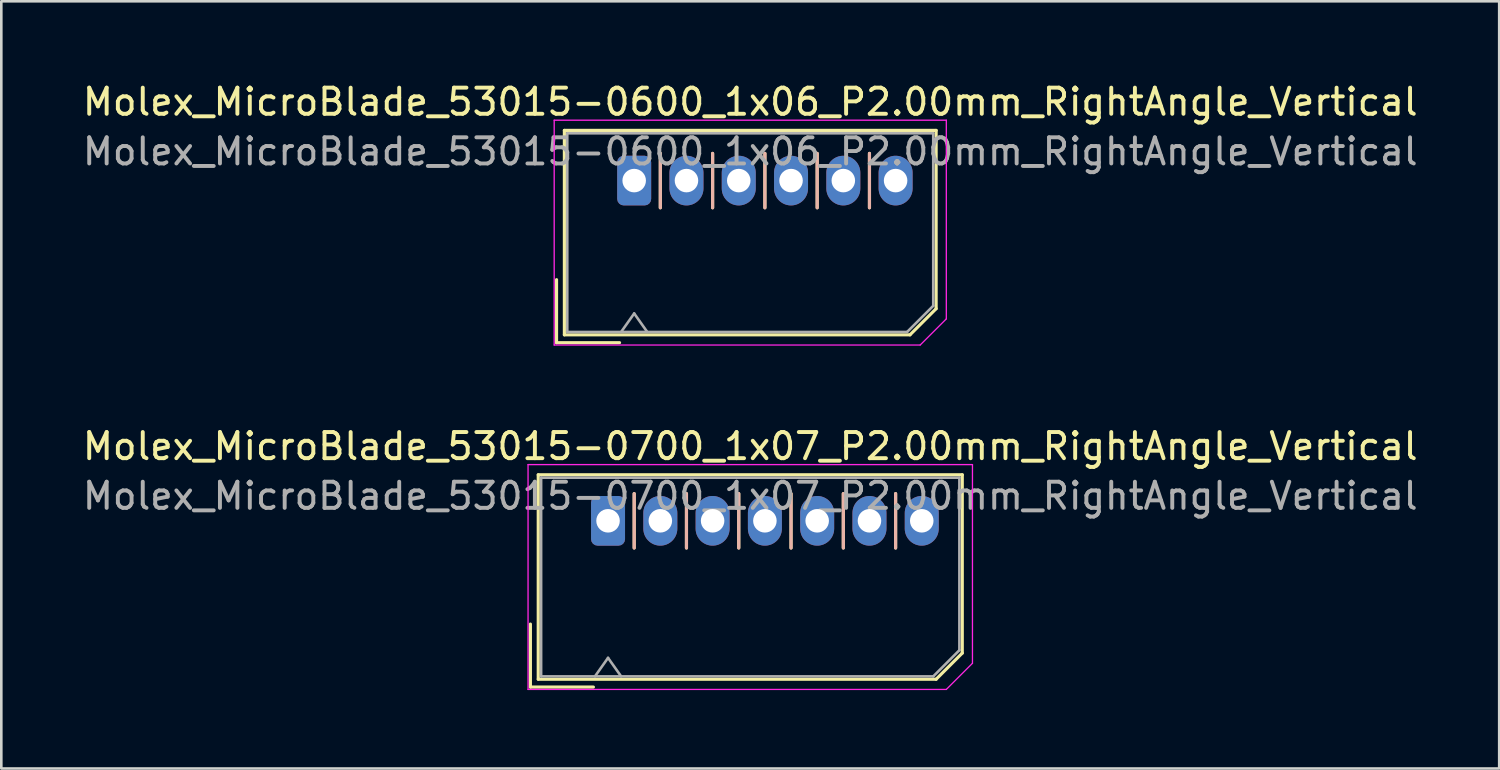
<source format=kicad_pcb>
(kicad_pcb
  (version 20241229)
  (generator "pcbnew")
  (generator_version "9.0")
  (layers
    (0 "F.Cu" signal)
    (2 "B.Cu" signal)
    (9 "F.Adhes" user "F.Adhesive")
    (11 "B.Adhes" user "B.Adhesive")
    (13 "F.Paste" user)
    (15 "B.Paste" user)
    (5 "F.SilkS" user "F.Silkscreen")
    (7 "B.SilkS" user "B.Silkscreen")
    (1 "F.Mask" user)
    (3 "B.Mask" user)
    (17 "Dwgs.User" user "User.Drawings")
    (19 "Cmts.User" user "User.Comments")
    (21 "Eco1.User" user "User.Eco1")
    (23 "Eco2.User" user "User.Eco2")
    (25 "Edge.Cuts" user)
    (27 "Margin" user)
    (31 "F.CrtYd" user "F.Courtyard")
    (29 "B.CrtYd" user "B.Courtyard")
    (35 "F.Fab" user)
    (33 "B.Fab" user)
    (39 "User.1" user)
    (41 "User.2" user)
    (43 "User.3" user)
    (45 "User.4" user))
  (footprint "Molex_MicroBlade_53015-0700_1x07_P2.00mm_RightAngle_Vertical"
    (layer "F.Cu")
    (at 20.209 16.872)
    (property "Reference" "Molex_MicroBlade_53015-0700_1x07_P2.00mm_RightAngle_Vertical" (at 5.44 -2.85 0) (layer "F.SilkS") (effects (font (size 1 1) (thickness 0.15))))
    (attr through_hole)
    (fp_line (start -2.97 3.95) (end -2.97 6.36) (stroke (width 0.12) (type solid)) (layer "F.SilkS"))
    (fp_line (start -2.97 6.36) (end -0.56 6.36) (stroke (width 0.12) (type solid)) (layer "F.SilkS"))
    (fp_line (start -2.67 -1.76) (end -2.67 6.06) (stroke (width 0.12) (type solid)) (layer "F.SilkS"))
    (fp_line (start -2.67 6.06) (end 12.55 6.06) (stroke (width 0.12) (type solid)) (layer "F.SilkS"))
    (fp_line (start 1 -1.04) (end 1 1.04) (stroke (width 0.12) (type default)) (layer "F.SilkS"))
    (fp_line (start 3 -1.04) (end 3 1.04) (stroke (width 0.12) (type default)) (layer "F.SilkS"))
    (fp_line (start 5 -1.04) (end 5 1.04) (stroke (width 0.12) (type default)) (layer "F.SilkS"))
    (fp_line (start 7 -1.04) (end 7 1.04) (stroke (width 0.12) (type default)) (layer "F.SilkS"))
    (fp_line (start 9 -1.04) (end 9 1.04) (stroke (width 0.12) (type default)) (layer "F.SilkS"))
    (fp_line (start 11 -1.04) (end 11 1.04) (stroke (width 0.12) (type default)) (layer "F.SilkS"))
    (fp_line (start 12.55 6.06) (end 13.55 5.06) (stroke (width 0.12) (type solid)) (layer "F.SilkS"))
    (fp_line (start 13.55 -1.76) (end -2.67 -1.76) (stroke (width 0.12) (type solid)) (layer "F.SilkS"))
    (fp_line (start 13.55 5.06) (end 13.55 -1.76) (stroke (width 0.12) (type solid)) (layer "F.SilkS"))
    (fp_line (start 1 -1.04) (end 1 1.04) (stroke (width 0.12) (type default)) (layer "B.SilkS"))
    (fp_line (start 3 -1.04) (end 3 1.04) (stroke (width 0.12) (type default)) (layer "B.SilkS"))
    (fp_line (start 5 -1.04) (end 5 1.04) (stroke (width 0.12) (type default)) (layer "B.SilkS"))
    (fp_line (start 7 -1.04) (end 7 1.04) (stroke (width 0.12) (type default)) (layer "B.SilkS"))
    (fp_line (start 9 -1.04) (end 9 1.04) (stroke (width 0.12) (type default)) (layer "B.SilkS"))
    (fp_line (start 11 -1.04) (end 11 1.04) (stroke (width 0.12) (type default)) (layer "B.SilkS"))
    (fp_line (start -3.06 -2.15) (end -3.06 6.45) (stroke (width 0.05) (type solid)) (layer "F.CrtYd"))
    (fp_line (start -3.06 6.45) (end 12.94 6.45) (stroke (width 0.05) (type solid)) (layer "F.CrtYd"))
    (fp_line (start 12.94 6.45) (end 13.94 5.45) (stroke (width 0.05) (type solid)) (layer "F.CrtYd"))
    (fp_line (start 13.94 -2.15) (end -3.06 -2.15) (stroke (width 0.05) (type solid)) (layer "F.CrtYd"))
    (fp_line (start 13.94 5.45) (end 13.94 -2.15) (stroke (width 0.05) (type solid)) (layer "F.CrtYd"))
    (fp_line (start -2.56 -1.65) (end -2.56 5.95) (stroke (width 0.1) (type solid)) (layer "F.Fab"))
    (fp_line (start -2.56 5.95) (end 12.44 5.95) (stroke (width 0.1) (type solid)) (layer "F.Fab"))
    (fp_line (start -0.5 5.95) (end 0 5.243) (stroke (width 0.1) (type solid)) (layer "F.Fab"))
    (fp_line (start 0 5.243) (end 0.5 5.95) (stroke (width 0.1) (type solid)) (layer "F.Fab"))
    (fp_line (start 12.44 5.95) (end 13.44 4.95) (stroke (width 0.1) (type solid)) (layer "F.Fab"))
    (fp_line (start 13.44 -1.65) (end -2.56 -1.65) (stroke (width 0.1) (type solid)) (layer "F.Fab"))
    (fp_line (start 13.44 4.95) (end 13.44 -1.65) (stroke (width 0.1) (type solid)) (layer "F.Fab"))
    (fp_text user "${REFERENCE}" (at 5.44 -0.95 0) (layer "F.Fab") (effects (font (size 1 1) (thickness 0.15))))
    (pad "1" thru_hole roundrect (at 0 0) (size 1.3 1.9) (drill 0.9) (layers "*.Cu" "*.Mask") (roundrect_rratio 0.192))
    (pad "2" thru_hole oval (at 2 0) (size 1.3 1.9) (drill 0.9) (layers "*.Cu" "*.Mask"))
    (pad "3" thru_hole oval (at 4 0) (size 1.3 1.9) (drill 0.9) (layers "*.Cu" "*.Mask"))
    (pad "4" thru_hole oval (at 6 0) (size 1.3 1.9) (drill 0.9) (layers "*.Cu" "*.Mask"))
    (pad "5" thru_hole oval (at 8 0) (size 1.3 1.9) (drill 0.9) (layers "*.Cu" "*.Mask"))
    (pad "6" thru_hole oval (at 10 0) (size 1.3 1.9) (drill 0.9) (layers "*.Cu" "*.Mask"))
    (pad "7" thru_hole oval (at 12 0) (size 1.3 1.9) (drill 0.9) (layers "*.Cu" "*.Mask")))
  (footprint "Molex_MicroBlade_53015-0600_1x06_P2.00mm_RightAngle_Vertical"
    (layer "F.Cu")
    (at 21.209 3.858)
    (property "Reference" "Molex_MicroBlade_53015-0600_1x06_P2.00mm_RightAngle_Vertical" (at 4.44 -3.01 0) (layer "F.SilkS") (effects (font (size 1 1) (thickness 0.15))))
    (attr through_hole)
    (fp_line (start -2.97 3.79) (end -2.97 6.2) (stroke (width 0.12) (type solid)) (layer "F.SilkS"))
    (fp_line (start -2.97 6.2) (end -0.56 6.2) (stroke (width 0.12) (type solid)) (layer "F.SilkS"))
    (fp_line (start -2.67 -1.92) (end -2.67 5.9) (stroke (width 0.12) (type solid)) (layer "F.SilkS"))
    (fp_line (start -2.67 5.9) (end 10.55 5.9) (stroke (width 0.12) (type solid)) (layer "F.SilkS"))
    (fp_line (start 1 -1.04) (end 1 1.04) (stroke (width 0.12) (type default)) (layer "F.SilkS"))
    (fp_line (start 3 -1.04) (end 3 1.04) (stroke (width 0.12) (type default)) (layer "F.SilkS"))
    (fp_line (start 5 -1.04) (end 5 1.04) (stroke (width 0.12) (type default)) (layer "F.SilkS"))
    (fp_line (start 7 -1.04) (end 7 1.04) (stroke (width 0.12) (type default)) (layer "F.SilkS"))
    (fp_line (start 9 -1.04) (end 9 1.04) (stroke (width 0.12) (type default)) (layer "F.SilkS"))
    (fp_line (start 10.55 5.9) (end 11.55 4.9) (stroke (width 0.12) (type solid)) (layer "F.SilkS"))
    (fp_line (start 11.55 -1.92) (end -2.67 -1.92) (stroke (width 0.12) (type solid)) (layer "F.SilkS"))
    (fp_line (start 11.55 4.9) (end 11.55 -1.92) (stroke (width 0.12) (type solid)) (layer "F.SilkS"))
    (fp_line (start 1 -1.04) (end 1 1.04) (stroke (width 0.12) (type default)) (layer "B.SilkS"))
    (fp_line (start 3 -1.04) (end 3 1.04) (stroke (width 0.12) (type default)) (layer "B.SilkS"))
    (fp_line (start 5 -1.04) (end 5 1.04) (stroke (width 0.12) (type default)) (layer "B.SilkS"))
    (fp_line (start 7 -1.04) (end 7 1.04) (stroke (width 0.12) (type default)) (layer "B.SilkS"))
    (fp_line (start 9 -1.04) (end 9 1.04) (stroke (width 0.12) (type default)) (layer "B.SilkS"))
    (fp_line (start -3.06 -2.31) (end -3.06 6.29) (stroke (width 0.05) (type solid)) (layer "F.CrtYd"))
    (fp_line (start -3.06 6.29) (end 10.94 6.29) (stroke (width 0.05) (type solid)) (layer "F.CrtYd"))
    (fp_line (start 10.94 6.29) (end 11.94 5.29) (stroke (width 0.05) (type solid)) (layer "F.CrtYd"))
    (fp_line (start 11.94 -2.31) (end -3.06 -2.31) (stroke (width 0.05) (type solid)) (layer "F.CrtYd"))
    (fp_line (start 11.94 5.29) (end 11.94 -2.31) (stroke (width 0.05) (type solid)) (layer "F.CrtYd"))
    (fp_line (start -2.56 -1.81) (end -2.56 5.79) (stroke (width 0.1) (type solid)) (layer "F.Fab"))
    (fp_line (start -2.56 5.79) (end 10.44 5.79) (stroke (width 0.1) (type solid)) (layer "F.Fab"))
    (fp_line (start -0.5 5.79) (end 0 5.083) (stroke (width 0.1) (type solid)) (layer "F.Fab"))
    (fp_line (start 0 5.083) (end 0.5 5.79) (stroke (width 0.1) (type solid)) (layer "F.Fab"))
    (fp_line (start 10.44 5.79) (end 11.44 4.79) (stroke (width 0.1) (type solid)) (layer "F.Fab"))
    (fp_line (start 11.44 -1.81) (end -2.56 -1.81) (stroke (width 0.1) (type solid)) (layer "F.Fab"))
    (fp_line (start 11.44 4.79) (end 11.44 -1.81) (stroke (width 0.1) (type solid)) (layer "F.Fab"))
    (fp_text user "${REFERENCE}" (at 4.44 -1.11 0) (layer "F.Fab") (effects (font (size 1 1) (thickness 0.15))))
    (pad "1" thru_hole roundrect (at 0 0) (size 1.3 1.9) (drill 0.9) (layers "*.Cu" "*.Mask") (roundrect_rratio 0.192))
    (pad "2" thru_hole oval (at 2 0) (size 1.3 1.9) (drill 0.9) (layers "*.Cu" "*.Mask"))
    (pad "3" thru_hole oval (at 4 0) (size 1.3 1.9) (drill 0.9) (layers "*.Cu" "*.Mask"))
    (pad "4" thru_hole oval (at 6 0) (size 1.3 1.9) (drill 0.9) (layers "*.Cu" "*.Mask"))
    (pad "5" thru_hole oval (at 8 0) (size 1.3 1.9) (drill 0.9) (layers "*.Cu" "*.Mask"))
    (pad "6" thru_hole oval (at 10 0) (size 1.3 1.9) (drill 0.9) (layers "*.Cu" "*.Mask")))
  (gr_rect
    (start -3 -3)
    (end 54.298 26.346)
    (stroke (width 0.1) (type default))
    (fill no)
    (layer "Edge.Cuts")))
</source>
